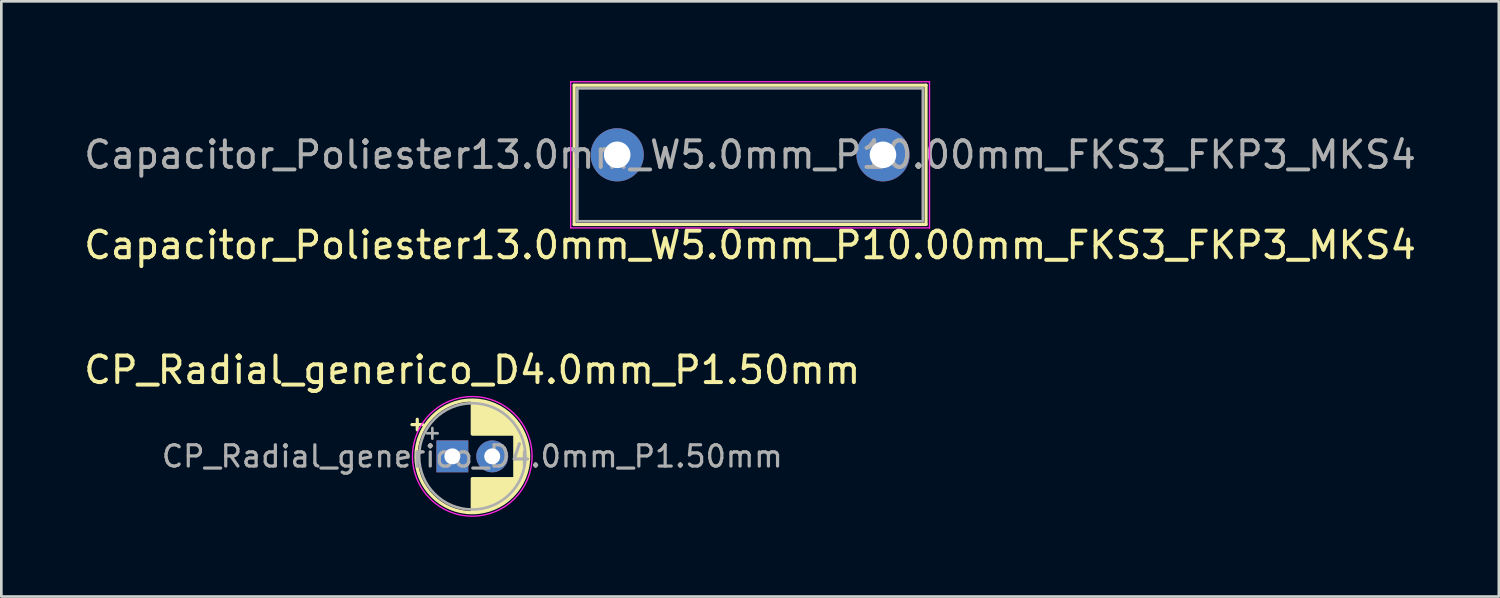
<source format=kicad_pcb>
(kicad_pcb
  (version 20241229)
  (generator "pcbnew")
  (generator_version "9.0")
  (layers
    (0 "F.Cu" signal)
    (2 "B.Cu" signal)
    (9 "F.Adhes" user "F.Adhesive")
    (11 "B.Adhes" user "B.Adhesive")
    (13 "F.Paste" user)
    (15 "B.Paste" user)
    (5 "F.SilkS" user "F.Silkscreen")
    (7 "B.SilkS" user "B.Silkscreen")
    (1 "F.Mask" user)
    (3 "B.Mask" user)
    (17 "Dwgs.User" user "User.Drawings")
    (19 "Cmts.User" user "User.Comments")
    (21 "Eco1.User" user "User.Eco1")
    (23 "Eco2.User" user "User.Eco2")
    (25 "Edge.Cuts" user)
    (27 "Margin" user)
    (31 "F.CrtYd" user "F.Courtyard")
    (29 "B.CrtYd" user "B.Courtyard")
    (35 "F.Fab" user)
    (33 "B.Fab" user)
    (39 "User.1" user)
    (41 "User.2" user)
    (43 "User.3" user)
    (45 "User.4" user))
  (footprint "CP_Radial_generico_D4.0mm_P1.50mm"
    (layer "F.Cu")
    (at 13.97 14.121)
    (property "Reference" "CP_Radial_generico_D4.0mm_P1.50mm" (at 0.75 -3.25 0) (layer "F.SilkS") (effects (font (size 1 1) (thickness 0.15))))
    (attr through_hole)
    (fp_line (start -1.52 -1.195) (end -1.12 -1.195) (stroke (width 0.12) (type solid)) (layer "F.SilkS"))
    (fp_line (start -1.32 -1.395) (end -1.32 -0.995) (stroke (width 0.12) (type solid)) (layer "F.SilkS"))
    (fp_line (start 0.75 -2.08) (end 0.75 -0.84) (stroke (width 0.12) (type solid)) (layer "F.SilkS"))
    (fp_line (start 0.75 0.84) (end 0.75 2.08) (stroke (width 0.12) (type solid)) (layer "F.SilkS"))
    (fp_line (start 0.79 -2.08) (end 0.79 -0.84) (stroke (width 0.12) (type solid)) (layer "F.SilkS"))
    (fp_line (start 0.79 0.84) (end 0.79 2.08) (stroke (width 0.12) (type solid)) (layer "F.SilkS"))
    (fp_line (start 0.83 -2.078) (end 0.83 -0.84) (stroke (width 0.12) (type solid)) (layer "F.SilkS"))
    (fp_line (start 0.83 0.84) (end 0.83 2.078) (stroke (width 0.12) (type solid)) (layer "F.SilkS"))
    (fp_line (start 0.87 -2.077) (end 0.87 -0.84) (stroke (width 0.12) (type solid)) (layer "F.SilkS"))
    (fp_line (start 0.87 0.84) (end 0.87 2.077) (stroke (width 0.12) (type solid)) (layer "F.SilkS"))
    (fp_line (start 0.91 -2.074) (end 0.91 -0.84) (stroke (width 0.12) (type solid)) (layer "F.SilkS"))
    (fp_line (start 0.91 0.84) (end 0.91 2.074) (stroke (width 0.12) (type solid)) (layer "F.SilkS"))
    (fp_line (start 0.95 -2.071) (end 0.95 -0.84) (stroke (width 0.12) (type solid)) (layer "F.SilkS"))
    (fp_line (start 0.95 0.84) (end 0.95 2.071) (stroke (width 0.12) (type solid)) (layer "F.SilkS"))
    (fp_line (start 0.99 -2.066) (end 0.99 -0.84) (stroke (width 0.12) (type solid)) (layer "F.SilkS"))
    (fp_line (start 0.99 0.84) (end 0.99 2.066) (stroke (width 0.12) (type solid)) (layer "F.SilkS"))
    (fp_line (start 1.03 -2.061) (end 1.03 -0.84) (stroke (width 0.12) (type solid)) (layer "F.SilkS"))
    (fp_line (start 1.03 0.84) (end 1.03 2.061) (stroke (width 0.12) (type solid)) (layer "F.SilkS"))
    (fp_line (start 1.07 -2.056) (end 1.07 -0.84) (stroke (width 0.12) (type solid)) (layer "F.SilkS"))
    (fp_line (start 1.07 0.84) (end 1.07 2.056) (stroke (width 0.12) (type solid)) (layer "F.SilkS"))
    (fp_line (start 1.11 -2.049) (end 1.11 -0.84) (stroke (width 0.12) (type solid)) (layer "F.SilkS"))
    (fp_line (start 1.11 0.84) (end 1.11 2.049) (stroke (width 0.12) (type solid)) (layer "F.SilkS"))
    (fp_line (start 1.15 -2.042) (end 1.15 -0.84) (stroke (width 0.12) (type solid)) (layer "F.SilkS"))
    (fp_line (start 1.15 0.84) (end 1.15 2.042) (stroke (width 0.12) (type solid)) (layer "F.SilkS"))
    (fp_line (start 1.19 -2.034) (end 1.19 -0.84) (stroke (width 0.12) (type solid)) (layer "F.SilkS"))
    (fp_line (start 1.19 0.84) (end 1.19 2.034) (stroke (width 0.12) (type solid)) (layer "F.SilkS"))
    (fp_line (start 1.23 -2.025) (end 1.23 -0.84) (stroke (width 0.12) (type solid)) (layer "F.SilkS"))
    (fp_line (start 1.23 0.84) (end 1.23 2.025) (stroke (width 0.12) (type solid)) (layer "F.SilkS"))
    (fp_line (start 1.27 -2.015) (end 1.27 -0.84) (stroke (width 0.12) (type solid)) (layer "F.SilkS"))
    (fp_line (start 1.27 0.84) (end 1.27 2.015) (stroke (width 0.12) (type solid)) (layer "F.SilkS"))
    (fp_line (start 1.31 -2.005) (end 1.31 -0.84) (stroke (width 0.12) (type solid)) (layer "F.SilkS"))
    (fp_line (start 1.31 0.84) (end 1.31 2.005) (stroke (width 0.12) (type solid)) (layer "F.SilkS"))
    (fp_line (start 1.35 -1.993) (end 1.35 -0.84) (stroke (width 0.12) (type solid)) (layer "F.SilkS"))
    (fp_line (start 1.35 0.84) (end 1.35 1.993) (stroke (width 0.12) (type solid)) (layer "F.SilkS"))
    (fp_line (start 1.39 -1.981) (end 1.39 -0.84) (stroke (width 0.12) (type solid)) (layer "F.SilkS"))
    (fp_line (start 1.39 0.84) (end 1.39 1.981) (stroke (width 0.12) (type solid)) (layer "F.SilkS"))
    (fp_line (start 1.43 -1.968) (end 1.43 -0.84) (stroke (width 0.12) (type solid)) (layer "F.SilkS"))
    (fp_line (start 1.43 0.84) (end 1.43 1.968) (stroke (width 0.12) (type solid)) (layer "F.SilkS"))
    (fp_line (start 1.47 -1.954) (end 1.47 -0.84) (stroke (width 0.12) (type solid)) (layer "F.SilkS"))
    (fp_line (start 1.47 0.84) (end 1.47 1.954) (stroke (width 0.12) (type solid)) (layer "F.SilkS"))
    (fp_line (start 1.51 -1.939) (end 1.51 -0.84) (stroke (width 0.12) (type solid)) (layer "F.SilkS"))
    (fp_line (start 1.51 0.84) (end 1.51 1.939) (stroke (width 0.12) (type solid)) (layer "F.SilkS"))
    (fp_line (start 1.55 -1.923) (end 1.55 -0.84) (stroke (width 0.12) (type solid)) (layer "F.SilkS"))
    (fp_line (start 1.55 0.84) (end 1.55 1.923) (stroke (width 0.12) (type solid)) (layer "F.SilkS"))
    (fp_line (start 1.59 -1.906) (end 1.59 -0.84) (stroke (width 0.12) (type solid)) (layer "F.SilkS"))
    (fp_line (start 1.59 0.84) (end 1.59 1.906) (stroke (width 0.12) (type solid)) (layer "F.SilkS"))
    (fp_line (start 1.63 -1.889) (end 1.63 -0.84) (stroke (width 0.12) (type solid)) (layer "F.SilkS"))
    (fp_line (start 1.63 0.84) (end 1.63 1.889) (stroke (width 0.12) (type solid)) (layer "F.SilkS"))
    (fp_line (start 1.67 -1.87) (end 1.67 -0.84) (stroke (width 0.12) (type solid)) (layer "F.SilkS"))
    (fp_line (start 1.67 0.84) (end 1.67 1.87) (stroke (width 0.12) (type solid)) (layer "F.SilkS"))
    (fp_line (start 1.71 -1.85) (end 1.71 -0.84) (stroke (width 0.12) (type solid)) (layer "F.SilkS"))
    (fp_line (start 1.71 0.84) (end 1.71 1.85) (stroke (width 0.12) (type solid)) (layer "F.SilkS"))
    (fp_line (start 1.75 -1.829) (end 1.75 -0.84) (stroke (width 0.12) (type solid)) (layer "F.SilkS"))
    (fp_line (start 1.75 0.84) (end 1.75 1.829) (stroke (width 0.12) (type solid)) (layer "F.SilkS"))
    (fp_line (start 1.79 -1.807) (end 1.79 -0.84) (stroke (width 0.12) (type solid)) (layer "F.SilkS"))
    (fp_line (start 1.79 0.84) (end 1.79 1.807) (stroke (width 0.12) (type solid)) (layer "F.SilkS"))
    (fp_line (start 1.83 -1.784) (end 1.83 -0.84) (stroke (width 0.12) (type solid)) (layer "F.SilkS"))
    (fp_line (start 1.83 0.84) (end 1.83 1.784) (stroke (width 0.12) (type solid)) (layer "F.SilkS"))
    (fp_line (start 1.87 -1.76) (end 1.87 -0.84) (stroke (width 0.12) (type solid)) (layer "F.SilkS"))
    (fp_line (start 1.87 0.84) (end 1.87 1.76) (stroke (width 0.12) (type solid)) (layer "F.SilkS"))
    (fp_line (start 1.91 -1.734) (end 1.91 -0.84) (stroke (width 0.12) (type solid)) (layer "F.SilkS"))
    (fp_line (start 1.91 0.84) (end 1.91 1.734) (stroke (width 0.12) (type solid)) (layer "F.SilkS"))
    (fp_line (start 1.95 -1.708) (end 1.95 -0.84) (stroke (width 0.12) (type solid)) (layer "F.SilkS"))
    (fp_line (start 1.95 0.84) (end 1.95 1.708) (stroke (width 0.12) (type solid)) (layer "F.SilkS"))
    (fp_line (start 1.99 -1.68) (end 1.99 -0.84) (stroke (width 0.12) (type solid)) (layer "F.SilkS"))
    (fp_line (start 1.99 0.84) (end 1.99 1.68) (stroke (width 0.12) (type solid)) (layer "F.SilkS"))
    (fp_line (start 2.03 -1.65) (end 2.03 -0.84) (stroke (width 0.12) (type solid)) (layer "F.SilkS"))
    (fp_line (start 2.03 0.84) (end 2.03 1.65) (stroke (width 0.12) (type solid)) (layer "F.SilkS"))
    (fp_line (start 2.07 -1.619) (end 2.07 -0.84) (stroke (width 0.12) (type solid)) (layer "F.SilkS"))
    (fp_line (start 2.07 0.84) (end 2.07 1.619) (stroke (width 0.12) (type solid)) (layer "F.SilkS"))
    (fp_line (start 2.11 -1.586) (end 2.11 -0.84) (stroke (width 0.12) (type solid)) (layer "F.SilkS"))
    (fp_line (start 2.11 0.84) (end 2.11 1.586) (stroke (width 0.12) (type solid)) (layer "F.SilkS"))
    (fp_line (start 2.15 -1.552) (end 2.15 -0.84) (stroke (width 0.12) (type solid)) (layer "F.SilkS"))
    (fp_line (start 2.15 0.84) (end 2.15 1.552) (stroke (width 0.12) (type solid)) (layer "F.SilkS"))
    (fp_line (start 2.19 -1.516) (end 2.19 -0.84) (stroke (width 0.12) (type solid)) (layer "F.SilkS"))
    (fp_line (start 2.19 0.84) (end 2.19 1.516) (stroke (width 0.12) (type solid)) (layer "F.SilkS"))
    (fp_line (start 2.23 -1.478) (end 2.23 -0.84) (stroke (width 0.12) (type solid)) (layer "F.SilkS"))
    (fp_line (start 2.23 0.84) (end 2.23 1.478) (stroke (width 0.12) (type solid)) (layer "F.SilkS"))
    (fp_line (start 2.27 -1.438) (end 2.27 -0.84) (stroke (width 0.12) (type solid)) (layer "F.SilkS"))
    (fp_line (start 2.27 0.84) (end 2.27 1.438) (stroke (width 0.12) (type solid)) (layer "F.SilkS"))
    (fp_line (start 2.31 -1.396) (end 2.31 -0.84) (stroke (width 0.12) (type solid)) (layer "F.SilkS"))
    (fp_line (start 2.31 0.84) (end 2.31 1.396) (stroke (width 0.12) (type solid)) (layer "F.SilkS"))
    (fp_line (start 2.35 -1.351) (end 2.35 1.351) (stroke (width 0.12) (type solid)) (layer "F.SilkS"))
    (fp_line (start 2.39 -1.303) (end 2.39 1.303) (stroke (width 0.12) (type solid)) (layer "F.SilkS"))
    (fp_line (start 2.43 -1.253) (end 2.43 1.253) (stroke (width 0.12) (type solid)) (layer "F.SilkS"))
    (fp_line (start 2.47 -1.199) (end 2.47 1.199) (stroke (width 0.12) (type solid)) (layer "F.SilkS"))
    (fp_line (start 2.51 -1.142) (end 2.51 1.142) (stroke (width 0.12) (type solid)) (layer "F.SilkS"))
    (fp_line (start 2.55 -1.08) (end 2.55 1.08) (stroke (width 0.12) (type solid)) (layer "F.SilkS"))
    (fp_line (start 2.59 -1.013) (end 2.59 1.013) (stroke (width 0.12) (type solid)) (layer "F.SilkS"))
    (fp_line (start 2.63 -0.94) (end 2.63 0.94) (stroke (width 0.12) (type solid)) (layer "F.SilkS"))
    (fp_line (start 2.67 -0.859) (end 2.67 0.859) (stroke (width 0.12) (type solid)) (layer "F.SilkS"))
    (fp_line (start 2.71 -0.768) (end 2.71 0.768) (stroke (width 0.12) (type solid)) (layer "F.SilkS"))
    (fp_line (start 2.75 -0.663) (end 2.75 0.663) (stroke (width 0.12) (type solid)) (layer "F.SilkS"))
    (fp_line (start 2.79 -0.537) (end 2.79 0.537) (stroke (width 0.12) (type solid)) (layer "F.SilkS"))
    (fp_line (start 2.83 -0.37) (end 2.83 0.37) (stroke (width 0.12) (type solid)) (layer "F.SilkS"))
    (fp_circle (center 0.75 0) (end 2.87 0) (stroke (width 0.12) (type solid)) (fill no) (layer "F.SilkS"))
    (fp_circle (center 0.75 0) (end 3 0) (stroke (width 0.05) (type solid)) (fill no) (layer "F.CrtYd"))
    (fp_line (start -0.953 -0.868) (end -0.553 -0.868) (stroke (width 0.1) (type solid)) (layer "F.Fab"))
    (fp_line (start -0.753 -1.067) (end -0.753 -0.667) (stroke (width 0.1) (type solid)) (layer "F.Fab"))
    (fp_circle (center 0.75 0) (end 2.75 0) (stroke (width 0.1) (type solid)) (fill no) (layer "F.Fab"))
    (fp_text user "${REFERENCE}" (at 0.75 0 0) (layer "F.Fab") (effects (font (size 0.8 0.8) (thickness 0.12))))
    (pad "1" thru_hole rect (at 0 0) (size 1.2 1.2) (drill 0.6) (layers "*.Cu" "*.Mask"))
    (pad "2" thru_hole circle (at 1.5 0) (size 1.2 1.2) (drill 0.6) (layers "*.Cu" "*.Mask")))
  (footprint "Capacitor_Poliester13.0mm_W5.0mm_P10.00mm_FKS3_FKP3_MKS4"
    (layer "F.Cu")
    (at 25.173 2.775)
    (property "Reference" "Capacitor_Poliester13.0mm_W5.0mm_P10.00mm_FKS3_FKP3_MKS4" (at 0 3.4 0) (layer "F.SilkS") (effects (font (size 1 1) (thickness 0.15))))
    (attr through_hole)
    (fp_line (start -6.62 -2.62) (end -6.62 2.62) (stroke (width 0.12) (type solid)) (layer "F.SilkS"))
    (fp_line (start -6.62 -2.62) (end 6.62 -2.62) (stroke (width 0.12) (type solid)) (layer "F.SilkS"))
    (fp_line (start -6.62 2.62) (end 6.62 2.62) (stroke (width 0.12) (type solid)) (layer "F.SilkS"))
    (fp_line (start 6.62 -2.62) (end 6.62 2.62) (stroke (width 0.12) (type solid)) (layer "F.SilkS"))
    (fp_line (start -6.75 -2.75) (end -6.75 2.75) (stroke (width 0.05) (type solid)) (layer "F.CrtYd"))
    (fp_line (start -6.75 2.75) (end 6.75 2.75) (stroke (width 0.05) (type solid)) (layer "F.CrtYd"))
    (fp_line (start 6.75 -2.75) (end -6.75 -2.75) (stroke (width 0.05) (type solid)) (layer "F.CrtYd"))
    (fp_line (start 6.75 2.75) (end 6.75 -2.75) (stroke (width 0.05) (type solid)) (layer "F.CrtYd"))
    (fp_line (start -6.5 -2.5) (end -6.5 2.5) (stroke (width 0.1) (type solid)) (layer "F.Fab"))
    (fp_line (start -6.5 2.5) (end 6.5 2.5) (stroke (width 0.1) (type solid)) (layer "F.Fab"))
    (fp_line (start 6.5 -2.5) (end -6.5 -2.5) (stroke (width 0.1) (type solid)) (layer "F.Fab"))
    (fp_line (start 6.5 2.5) (end 6.5 -2.5) (stroke (width 0.1) (type solid)) (layer "F.Fab"))
    (fp_text user "${REFERENCE}" (at 0 0 0) (layer "F.Fab") (effects (font (size 1 1) (thickness 0.15))))
    (pad "1" thru_hole circle (at -5 0) (size 2 2) (drill 1) (layers "*.Cu" "*.Mask"))
    (pad "2" thru_hole circle (at 5 0) (size 2 2) (drill 1) (layers "*.Cu" "*.Mask")))
  (gr_rect
    (start -3 -3)
    (end 53.345 19.396)
    (stroke (width 0.1) (type default))
    (fill no)
    (layer "Edge.Cuts")))
</source>
